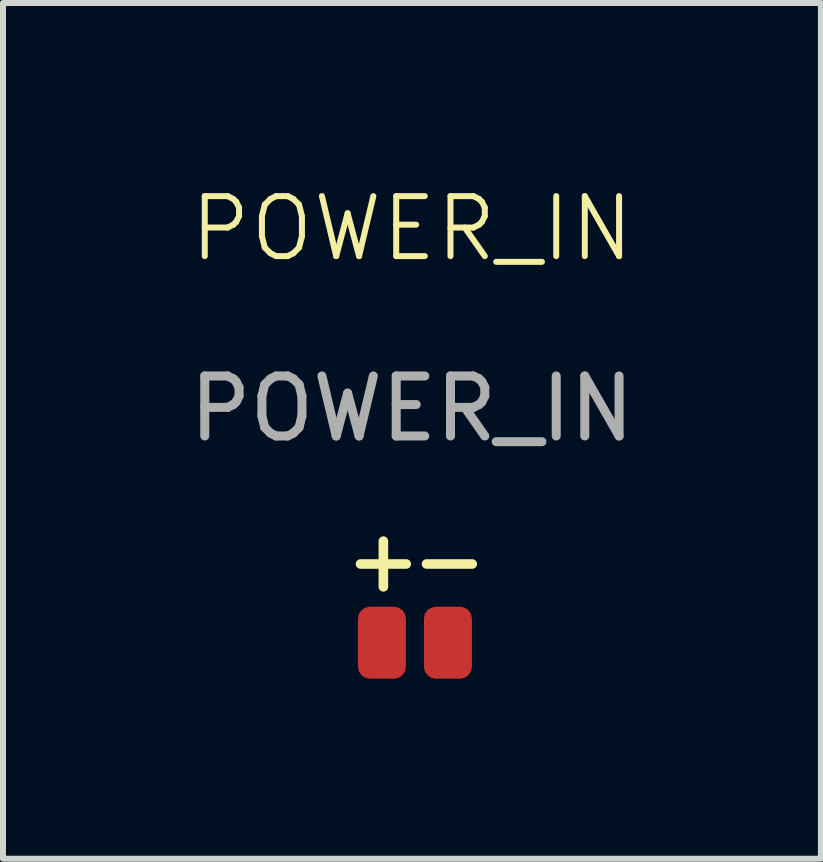
<source format=kicad_pcb>
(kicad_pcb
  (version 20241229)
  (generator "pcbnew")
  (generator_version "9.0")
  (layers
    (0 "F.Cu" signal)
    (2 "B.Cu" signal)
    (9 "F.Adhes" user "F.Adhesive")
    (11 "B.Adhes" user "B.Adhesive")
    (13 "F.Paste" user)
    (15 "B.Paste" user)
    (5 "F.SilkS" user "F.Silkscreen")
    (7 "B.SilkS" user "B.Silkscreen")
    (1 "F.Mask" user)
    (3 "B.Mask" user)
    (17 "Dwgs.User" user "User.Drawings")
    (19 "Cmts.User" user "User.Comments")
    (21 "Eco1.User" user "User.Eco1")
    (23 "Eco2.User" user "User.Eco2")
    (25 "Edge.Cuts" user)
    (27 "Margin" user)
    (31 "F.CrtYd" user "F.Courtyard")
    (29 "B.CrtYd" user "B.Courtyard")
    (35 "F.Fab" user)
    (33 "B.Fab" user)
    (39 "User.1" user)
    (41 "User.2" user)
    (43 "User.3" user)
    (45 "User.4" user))
  (footprint "POWER_IN"
    (layer "F.Cu")
    (at 3.915 2.861)
    (property "Reference" "POWER_IN" (at -0.1 -2.1 0) (unlocked yes) (layer "F.SilkS") (effects (font (size 1 1) (thickness 0.1))))
    (attr smd)
    (fp_text user "-" (at -0.2 4 0) (unlocked yes) (layer "F.SilkS") (effects (font (size 1 1) (thickness 0.16)) (justify left bottom)))
    (fp_text user "+" (at -1.3 4 0) (unlocked yes) (layer "F.SilkS") (effects (font (size 1 1) (thickness 0.16)) (justify left bottom)))
    (fp_text user "${REFERENCE}" (at -0.1 0.9 0) (unlocked yes) (layer "F.Fab") (effects (font (size 1 1) (thickness 0.15))))
    (pad "1" smd roundrect (at -0.6 4.8) (size 0.8 1.2) (layers "F.Cu" "F.Mask" "F.Paste") (roundrect_rratio 0.25))
    (pad "2" smd roundrect (at 0.5 4.8) (size 0.8 1.2) (layers "F.Cu" "F.Mask" "F.Paste") (roundrect_rratio 0.25)))
  (gr_rect
    (start -3 -3)
    (end 10.631 11.261)
    (stroke (width 0.1) (type default))
    (fill no)
    (layer "Edge.Cuts")))
</source>
